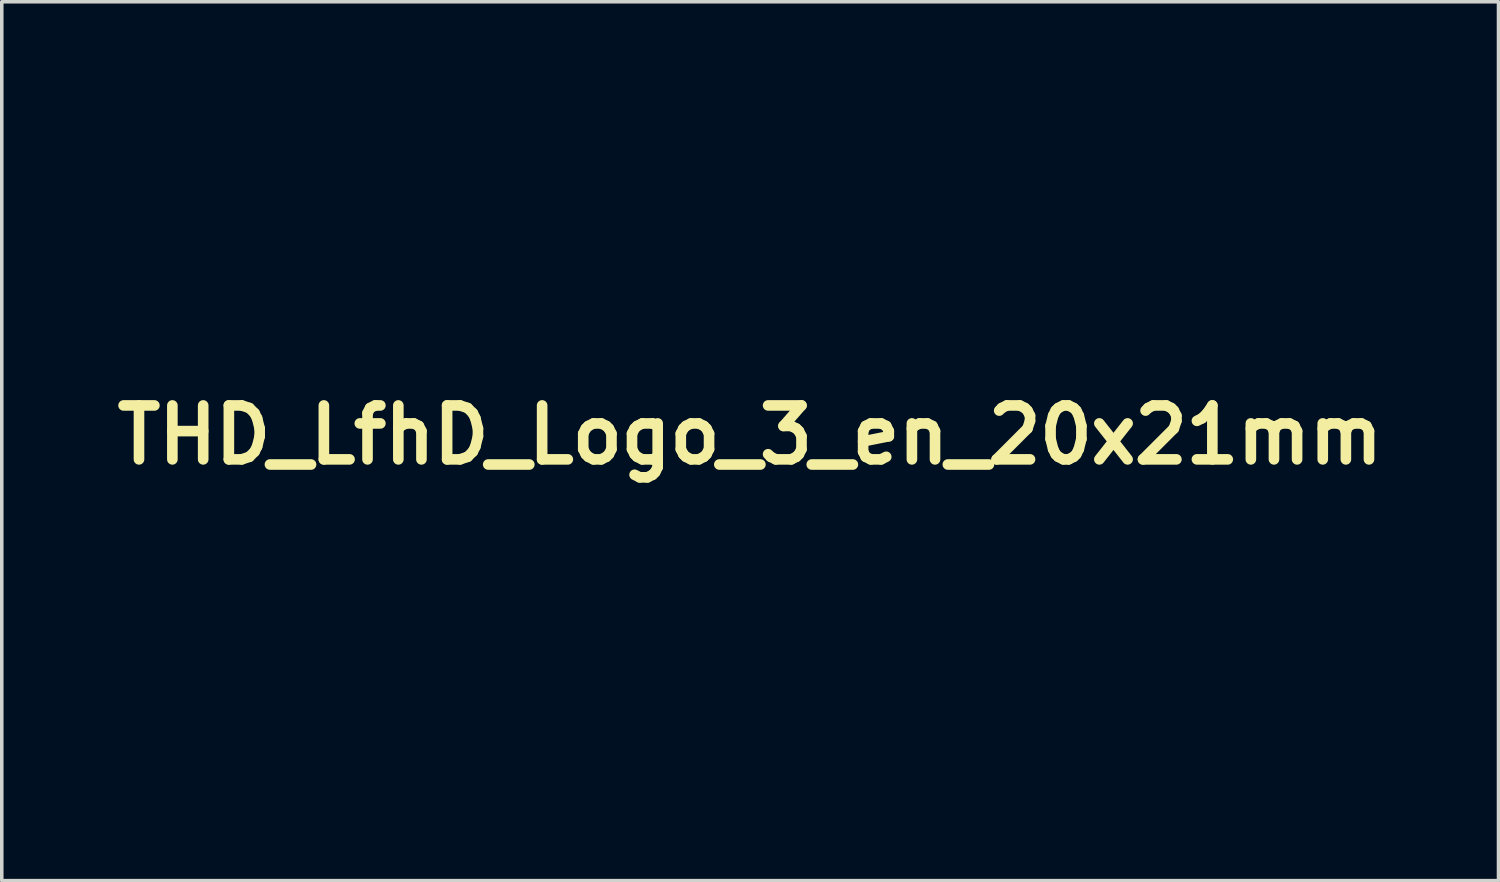
<source format=kicad_pcb>
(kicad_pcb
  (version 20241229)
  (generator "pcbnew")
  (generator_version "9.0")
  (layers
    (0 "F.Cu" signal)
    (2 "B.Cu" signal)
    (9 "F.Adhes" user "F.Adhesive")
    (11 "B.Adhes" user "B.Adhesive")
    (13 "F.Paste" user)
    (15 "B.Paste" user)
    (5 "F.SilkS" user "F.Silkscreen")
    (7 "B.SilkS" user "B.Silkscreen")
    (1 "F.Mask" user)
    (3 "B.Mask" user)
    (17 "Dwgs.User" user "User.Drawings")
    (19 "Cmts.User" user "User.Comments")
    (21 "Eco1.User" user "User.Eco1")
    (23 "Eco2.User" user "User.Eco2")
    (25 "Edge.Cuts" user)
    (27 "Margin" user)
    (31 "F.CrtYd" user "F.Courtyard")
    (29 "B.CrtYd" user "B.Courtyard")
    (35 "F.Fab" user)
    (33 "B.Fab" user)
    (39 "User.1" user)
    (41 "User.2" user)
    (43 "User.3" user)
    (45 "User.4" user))
  (footprint "THD_LfhD_Logo_3_en_20x21mm"
    (layer "F.Cu")
    (at 18.15 9.243)
    (property "Reference" "THD_LfhD_Logo_3_en_20x21mm" (at 0 0 0) (layer "F.SilkS") (effects (font (size 1.524 1.524) (thickness 0.3))))
    (attr through_hole)
    (fp_poly (pts (xy 0.589 -1.146) (xy 0.606 -0.356) (xy 0.623 0.434) (xy 0.248 0.434) (xy 0.248 -1.185) (xy 0.589 -1.146)) (stroke (width 0.01) (type solid)) (fill yes) (layer "F.Mask"))
    (fp_poly (pts (xy -6.706 -1.166) (xy -6.536 -1.146) (xy -6.536 0.403) (xy -6.706 0.422) (xy -6.877 0.442) (xy -6.877 -1.185) (xy -6.706 -1.166)) (stroke (width 0.01) (type solid)) (fill yes) (layer "F.Mask"))
    (fp_poly (pts (xy -4.247 -1.146) (xy -4.194 -1.094) (xy -4.182 -1.002) (xy -4.174 -0.814) (xy -4.171 -0.559) (xy -4.172 -0.304) (xy -4.182 0.403) (xy -4.522 0.442) (xy -4.522 -1.177) (xy -4.374 -1.177) (xy -4.247 -1.146)) (stroke (width 0.01) (type solid)) (fill yes) (layer "F.Mask"))
    (fp_poly (pts (xy -0.826 -1.173) (xy -0.782 -1.145) (xy -0.757 -1.072) (xy -0.746 -0.93) (xy -0.744 -0.696) (xy -0.743 -0.558) (xy -0.743 0.062) (xy 0.062 0.062) (xy 0.062 0.434) (xy -0.511 0.434) (xy -1.084 0.434) (xy -1.065 -0.372) (xy -1.046 -1.177) (xy -0.895 -1.177) (xy -0.826 -1.173)) (stroke (width 0.01) (type solid)) (fill yes) (layer "F.Mask"))
    (fp_poly (pts (xy -2.602 -0.991) (xy -2.612 -0.872) (xy -2.665 -0.819) (xy -2.797 -0.806) (xy -2.85 -0.805) (xy -3.098 -0.805) (xy -3.098 0.434) (xy -3.407 0.434) (xy -3.407 -0.805) (xy -3.655 -0.805) (xy -3.814 -0.813) (xy -3.885 -0.852) (xy -3.903 -0.951) (xy -3.903 -0.991) (xy -3.903 -1.177) (xy -2.602 -1.177) (xy -2.602 -0.991)) (stroke (width 0.01) (type solid)) (fill yes) (layer "F.Mask"))
    (fp_poly (pts (xy 2.292 -3.717) (xy 2.282 -3.598) (xy 2.229 -3.545) (xy 2.098 -3.532) (xy 2.044 -3.531) (xy 1.797 -3.531) (xy 1.797 -2.292) (xy 1.487 -2.292) (xy 1.487 -3.531) (xy 1.239 -3.531) (xy 1.08 -3.539) (xy 1.009 -3.578) (xy 0.992 -3.677) (xy 0.991 -3.717) (xy 0.991 -3.903) (xy 2.292 -3.903) (xy 2.292 -3.717)) (stroke (width 0.01) (type solid)) (fill yes) (layer "F.Mask"))
    (fp_poly (pts (xy 3.221 -9.045) (xy 3.212 -8.926) (xy 3.159 -8.873) (xy 3.027 -8.859) (xy 2.974 -8.859) (xy 2.726 -8.859) (xy 2.726 -7.62) (xy 2.416 -7.62) (xy 2.416 -8.859) (xy 2.168 -8.859) (xy 2.009 -8.866) (xy 1.939 -8.906) (xy 1.921 -9.005) (xy 1.92 -9.045) (xy 1.92 -9.231) (xy 3.221 -9.231) (xy 3.221 -9.045)) (stroke (width 0.01) (type solid)) (fill yes) (layer "F.Mask"))
    (fp_poly (pts (xy -1.611 9.479) (xy -2.654 9.479) (xy -3.001 9.476) (xy -3.305 9.47) (xy -3.543 9.46) (xy -3.694 9.448) (xy -3.738 9.437) (xy -3.746 9.369) (xy -3.753 9.189) (xy -3.76 8.908) (xy -3.766 8.539) (xy -3.771 8.094) (xy -3.775 7.584) (xy -3.778 7.021) (xy -3.779 6.417) (xy -3.779 6.247) (xy -3.779 3.098) (xy -1.611 3.098) (xy -1.611 9.479)) (stroke (width 0.01) (type solid)) (fill yes) (layer "F.Mask"))
    (fp_poly (pts (xy 1.534 5.808) (xy 1.518 9.571) (xy 1.285 9.591) (xy 1.102 9.584) (xy 1.022 9.529) (xy 1.013 9.447) (xy 1.005 9.259) (xy 0.996 8.981) (xy 0.988 8.63) (xy 0.981 8.223) (xy 0.976 7.777) (xy 0.976 7.775) (xy 0.96 6.102) (xy -1.084 6.089) (xy -1.103 5.801) (xy -1.122 5.514) (xy 0.991 5.514) (xy 0.991 2.044) (xy 1.55 2.044) (xy 1.534 5.808)) (stroke (width 0.01) (type solid)) (fill yes) (layer "F.Mask"))
    (fp_poly (pts (xy 3.144 2.058) (xy 4.182 2.075) (xy 4.182 9.51) (xy 3.187 9.526) (xy 2.847 9.53) (xy 2.552 9.528) (xy 2.324 9.521) (xy 2.183 9.51) (xy 2.149 9.501) (xy 2.141 9.433) (xy 2.134 9.252) (xy 2.128 8.969) (xy 2.122 8.594) (xy 2.116 8.139) (xy 2.112 7.615) (xy 2.109 7.032) (xy 2.107 6.402) (xy 2.106 5.75) (xy 2.106 2.041) (xy 3.144 2.058)) (stroke (width 0.01) (type solid)) (fill yes) (layer "F.Mask"))
    (fp_poly (pts (xy 5.018 -0.991) (xy 5.008 -0.872) (xy 4.955 -0.819) (xy 4.823 -0.806) (xy 4.77 -0.805) (xy 4.522 -0.805) (xy 4.522 0.434) (xy 4.151 0.434) (xy 4.151 -0.805) (xy 3.938 -0.805) (xy 3.752 -0.83) (xy 3.672 -0.91) (xy 3.686 -1.054) (xy 3.714 -1.109) (xy 3.77 -1.145) (xy 3.879 -1.165) (xy 4.063 -1.175) (xy 4.345 -1.177) (xy 4.372 -1.177) (xy 5.018 -1.177) (xy 5.018 -0.991)) (stroke (width 0.01) (type solid)) (fill yes) (layer "F.Mask"))
    (fp_poly (pts (xy 7.604 -1.166) (xy 7.703 -1.135) (xy 7.802 -1.052) (xy 7.92 -0.897) (xy 8.053 -0.686) (xy 8.332 -0.226) (xy 8.369 -1.177) (xy 8.735 -1.177) (xy 8.735 0.442) (xy 8.538 0.422) (xy 8.433 0.4) (xy 8.342 0.341) (xy 8.242 0.224) (xy 8.112 0.027) (xy 8.058 -0.062) (xy 7.775 -0.527) (xy 7.757 -0.046) (xy 7.746 0.195) (xy 7.729 0.338) (xy 7.697 0.408) (xy 7.641 0.431) (xy 7.586 0.434) (xy 7.434 0.434) (xy 7.434 -1.185) (xy 7.604 -1.166)) (stroke (width 0.01) (type solid)) (fill yes) (layer "F.Mask"))
    (fp_poly (pts (xy 5.303 -1.174) (xy 5.344 -1.151) (xy 5.369 -1.088) (xy 5.383 -0.965) (xy 5.389 -0.763) (xy 5.39 -0.462) (xy 5.39 -0.372) (xy 5.389 -0.043) (xy 5.385 0.181) (xy 5.373 0.321) (xy 5.351 0.396) (xy 5.315 0.427) (xy 5.26 0.434) (xy 5.245 0.434) (xy 5.115 0.418) (xy 5.059 0.392) (xy 5.037 0.309) (xy 5.024 0.133) (xy 5.02 -0.105) (xy 5.025 -0.373) (xy 5.039 -0.642) (xy 5.058 -0.852) (xy 5.087 -1.043) (xy 5.127 -1.14) (xy 5.193 -1.174) (xy 5.244 -1.177) (xy 5.303 -1.174)) (stroke (width 0.01) (type solid)) (fill yes) (layer "F.Mask"))
    (fp_poly (pts (xy -2.494 -6.494) (xy -2.323 -6.474) (xy -2.311 -5.684) (xy -2.298 -4.894) (xy -2.481 -4.894) (xy -2.589 -4.901) (xy -2.643 -4.944) (xy -2.662 -5.053) (xy -2.664 -5.204) (xy -2.664 -5.514) (xy -3.283 -5.514) (xy -3.283 -5.204) (xy -3.287 -5.021) (xy -3.312 -4.929) (xy -3.378 -4.898) (xy -3.471 -4.894) (xy -3.659 -4.894) (xy -3.624 -6.474) (xy -3.454 -6.494) (xy -3.353 -6.498) (xy -3.303 -6.462) (xy -3.285 -6.355) (xy -3.283 -6.199) (xy -3.283 -5.885) (xy -2.664 -5.885) (xy -2.664 -6.199) (xy -2.66 -6.384) (xy -2.637 -6.474) (xy -2.578 -6.499) (xy -2.494 -6.494)) (stroke (width 0.01) (type solid)) (fill yes) (layer "F.Mask"))
    (fp_poly (pts (xy -2.106 -3.531) (xy -2.54 -3.531) (xy -2.768 -3.528) (xy -2.898 -3.513) (xy -2.958 -3.478) (xy -2.974 -3.417) (xy -2.974 -3.407) (xy -2.961 -3.34) (xy -2.905 -3.303) (xy -2.779 -3.287) (xy -2.571 -3.283) (xy -2.168 -3.283) (xy -2.168 -2.912) (xy -2.571 -2.912) (xy -2.789 -2.908) (xy -2.91 -2.891) (xy -2.963 -2.852) (xy -2.974 -2.788) (xy -2.963 -2.724) (xy -2.913 -2.687) (xy -2.798 -2.669) (xy -2.593 -2.664) (xy -2.509 -2.664) (xy -2.044 -2.664) (xy -2.044 -2.292) (xy -3.314 -2.292) (xy -3.289 -3.872) (xy -2.698 -3.89) (xy -2.106 -3.907) (xy -2.106 -3.531)) (stroke (width 0.01) (type solid)) (fill yes) (layer "F.Mask"))
    (fp_poly (pts (xy 4.664 -3.878) (xy 4.919 -3.795) (xy 5.085 -3.641) (xy 5.175 -3.404) (xy 5.204 -3.071) (xy 5.204 -3.053) (xy 5.172 -2.747) (xy 5.071 -2.528) (xy 4.887 -2.386) (xy 4.61 -2.312) (xy 4.321 -2.294) (xy 3.841 -2.292) (xy 3.841 -3.531) (xy 4.213 -3.531) (xy 4.213 -2.664) (xy 4.44 -2.664) (xy 4.625 -2.691) (xy 4.771 -2.758) (xy 4.781 -2.766) (xy 4.867 -2.917) (xy 4.892 -3.12) (xy 4.852 -3.318) (xy 4.792 -3.418) (xy 4.632 -3.508) (xy 4.451 -3.531) (xy 4.213 -3.531) (xy 3.841 -3.531) (xy 3.841 -3.903) (xy 4.308 -3.903) (xy 4.664 -3.878)) (stroke (width 0.01) (type solid)) (fill yes) (layer "F.Mask"))
    (fp_poly (pts (xy -1.611 2.664) (xy -5.204 2.664) (xy -5.204 6.071) (xy -5.204 6.837) (xy -5.206 7.488) (xy -5.209 8.03) (xy -5.214 8.472) (xy -5.221 8.823) (xy -5.229 9.09) (xy -5.24 9.281) (xy -5.253 9.405) (xy -5.268 9.469) (xy -5.281 9.482) (xy -5.395 9.491) (xy -5.557 9.506) (xy -5.704 9.51) (xy -5.788 9.493) (xy -5.79 9.492) (xy -5.796 9.425) (xy -5.802 9.246) (xy -5.807 8.966) (xy -5.812 8.596) (xy -5.816 8.147) (xy -5.82 7.631) (xy -5.822 7.059) (xy -5.823 6.443) (xy -5.823 6.061) (xy -5.823 2.664) (xy -9.417 2.664) (xy -9.417 2.044) (xy -1.611 2.044) (xy -1.611 2.664)) (stroke (width 0.01) (type solid)) (fill yes) (layer "F.Mask"))
    (fp_poly (pts (xy -8.007 -1.175) (xy -7.726 -1.166) (xy -7.534 -1.133) (xy -7.397 -1.062) (xy -7.282 -0.941) (xy -7.23 -0.869) (xy -7.155 -0.679) (xy -7.125 -0.424) (xy -7.141 -0.157) (xy -7.201 0.072) (xy -7.228 0.125) (xy -7.347 0.275) (xy -7.509 0.37) (xy -7.741 0.42) (xy -8.057 0.434) (xy -8.487 0.434) (xy -8.487 -0.805) (xy -8.116 -0.805) (xy -8.116 0.062) (xy -7.888 0.062) (xy -7.704 0.035) (xy -7.558 -0.032) (xy -7.547 -0.041) (xy -7.461 -0.191) (xy -7.437 -0.394) (xy -7.476 -0.592) (xy -7.537 -0.692) (xy -7.696 -0.782) (xy -7.877 -0.805) (xy -8.116 -0.805) (xy -8.487 -0.805) (xy -8.487 -1.177) (xy -8.007 -1.175)) (stroke (width 0.01) (type solid)) (fill yes) (layer "F.Mask"))
    (fp_poly (pts (xy -7.868 -6.322) (xy -7.874 -6.219) (xy -7.913 -6.162) (xy -8.014 -6.136) (xy -8.207 -6.122) (xy -8.223 -6.121) (xy -8.436 -6.101) (xy -8.551 -6.065) (xy -8.597 -6.004) (xy -8.6 -5.994) (xy -8.594 -5.931) (xy -8.531 -5.898) (xy -8.382 -5.886) (xy -8.275 -5.885) (xy -8.079 -5.882) (xy -7.976 -5.862) (xy -7.936 -5.809) (xy -7.93 -5.707) (xy -7.93 -5.7) (xy -7.935 -5.593) (xy -7.973 -5.538) (xy -8.073 -5.517) (xy -8.265 -5.514) (xy -8.611 -5.514) (xy -8.611 -5.204) (xy -8.615 -5.021) (xy -8.64 -4.929) (xy -8.705 -4.898) (xy -8.797 -4.894) (xy -8.983 -4.894) (xy -8.983 -6.505) (xy -7.868 -6.505) (xy -7.868 -6.322)) (stroke (width 0.01) (type solid)) (fill yes) (layer "F.Mask"))
    (fp_poly (pts (xy 1.952 -6.495) (xy 2.163 -6.458) (xy 2.306 -6.384) (xy 2.41 -6.262) (xy 2.446 -6.196) (xy 2.508 -5.999) (xy 2.536 -5.744) (xy 2.529 -5.486) (xy 2.485 -5.279) (xy 2.471 -5.246) (xy 2.359 -5.078) (xy 2.213 -4.972) (xy 2.004 -4.915) (xy 1.705 -4.896) (xy 1.657 -4.896) (xy 1.177 -4.894) (xy 1.177 -6.133) (xy 1.549 -6.133) (xy 1.549 -5.266) (xy 1.825 -5.266) (xy 2.021 -5.282) (xy 2.131 -5.337) (xy 2.166 -5.386) (xy 2.223 -5.583) (xy 2.218 -5.802) (xy 2.154 -5.985) (xy 2.128 -6.02) (xy 1.968 -6.11) (xy 1.787 -6.133) (xy 1.549 -6.133) (xy 1.177 -6.133) (xy 1.177 -6.505) (xy 1.646 -6.505) (xy 1.952 -6.495)) (stroke (width 0.01) (type solid)) (fill yes) (layer "F.Mask"))
    (fp_poly (pts (xy 3.593 -3.537) (xy 3.144 -3.518) (xy 2.901 -3.503) (xy 2.761 -3.477) (xy 2.701 -3.435) (xy 2.695 -3.407) (xy 2.725 -3.354) (xy 2.828 -3.32) (xy 3.028 -3.3) (xy 3.113 -3.296) (xy 3.334 -3.284) (xy 3.459 -3.265) (xy 3.516 -3.224) (xy 3.531 -3.149) (xy 3.531 -3.098) (xy 3.526 -3.002) (xy 3.493 -2.947) (xy 3.405 -2.919) (xy 3.233 -2.905) (xy 3.113 -2.899) (xy 2.88 -2.882) (xy 2.748 -2.853) (xy 2.698 -2.807) (xy 2.695 -2.788) (xy 2.723 -2.736) (xy 2.822 -2.703) (xy 3.012 -2.683) (xy 3.144 -2.677) (xy 3.593 -2.658) (xy 3.593 -2.292) (xy 2.354 -2.292) (xy 2.354 -3.903) (xy 3.593 -3.903) (xy 3.593 -3.537)) (stroke (width 0.01) (type solid)) (fill yes) (layer "F.Mask"))
    (fp_poly (pts (xy -6.257 6.319) (xy -6.257 7.034) (xy -6.258 7.635) (xy -6.26 8.132) (xy -6.263 8.535) (xy -6.268 8.853) (xy -6.274 9.097) (xy -6.283 9.276) (xy -6.295 9.4) (xy -6.309 9.479) (xy -6.327 9.523) (xy -6.348 9.542) (xy -6.365 9.546) (xy -6.538 9.552) (xy -6.784 9.557) (xy -7.078 9.56) (xy -7.391 9.562) (xy -7.698 9.562) (xy -7.97 9.561) (xy -8.182 9.558) (xy -8.305 9.553) (xy -8.321 9.551) (xy -8.344 9.54) (xy -8.364 9.507) (xy -8.38 9.444) (xy -8.393 9.34) (xy -8.403 9.186) (xy -8.411 8.972) (xy -8.417 8.688) (xy -8.421 8.324) (xy -8.423 7.87) (xy -8.425 7.316) (xy -8.425 6.653) (xy -8.425 6.314) (xy -8.425 3.098) (xy -6.257 3.098) (xy -6.257 6.319)) (stroke (width 0.01) (type solid)) (fill yes) (layer "F.Mask"))
    (fp_poly (pts (xy 9.231 -6.133) (xy 8.797 -6.133) (xy 8.569 -6.13) (xy 8.439 -6.115) (xy 8.379 -6.08) (xy 8.364 -6.019) (xy 8.363 -6.009) (xy 8.376 -5.942) (xy 8.432 -5.905) (xy 8.559 -5.889) (xy 8.766 -5.885) (xy 9.169 -5.885) (xy 9.169 -5.514) (xy 8.766 -5.514) (xy 8.548 -5.51) (xy 8.427 -5.493) (xy 8.374 -5.454) (xy 8.363 -5.39) (xy 8.375 -5.324) (xy 8.429 -5.287) (xy 8.55 -5.27) (xy 8.767 -5.266) (xy 8.79 -5.266) (xy 9.015 -5.263) (xy 9.146 -5.248) (xy 9.211 -5.21) (xy 9.24 -5.141) (xy 9.246 -5.112) (xy 9.256 -4.984) (xy 9.243 -4.927) (xy 9.171 -4.913) (xy 9.003 -4.902) (xy 8.768 -4.895) (xy 8.601 -4.894) (xy 7.992 -4.894) (xy 7.992 -6.505) (xy 9.231 -6.505) (xy 9.231 -6.133)) (stroke (width 0.01) (type solid)) (fill yes) (layer "F.Mask"))
    (fp_poly (pts (xy -1.949 -9.209) (xy -1.718 -9.102) (xy -1.529 -8.914) (xy -1.424 -8.701) (xy -1.376 -8.388) (xy -1.433 -8.103) (xy -1.581 -7.867) (xy -1.805 -7.7) (xy -2.093 -7.623) (xy -2.164 -7.62) (xy -2.38 -7.636) (xy -2.536 -7.701) (xy -2.654 -7.796) (xy -2.816 -7.994) (xy -2.896 -8.221) (xy -2.9 -8.425) (xy -2.602 -8.425) (xy -2.55 -8.216) (xy -2.414 -8.07) (xy -2.225 -7.999) (xy -2.012 -8.018) (xy -1.872 -8.088) (xy -1.766 -8.215) (xy -1.735 -8.409) (xy -1.78 -8.647) (xy -1.91 -8.799) (xy -2.12 -8.858) (xy -2.147 -8.859) (xy -2.371 -8.807) (xy -2.531 -8.666) (xy -2.601 -8.46) (xy -2.602 -8.425) (xy -2.9 -8.425) (xy -2.903 -8.513) (xy -2.894 -8.599) (xy -2.813 -8.868) (xy -2.654 -9.066) (xy -2.441 -9.19) (xy -2.197 -9.238) (xy -1.949 -9.209)) (stroke (width 0.01) (type solid)) (fill yes) (layer "F.Mask"))
    (fp_poly (pts (xy 4.272 -9.177) (xy 4.512 -9.023) (xy 4.673 -8.776) (xy 4.71 -8.669) (xy 4.739 -8.352) (xy 4.662 -8.055) (xy 4.489 -7.81) (xy 4.455 -7.779) (xy 4.208 -7.647) (xy 3.926 -7.612) (xy 3.65 -7.673) (xy 3.475 -7.779) (xy 3.288 -8.013) (xy 3.196 -8.304) (xy 3.2 -8.395) (xy 3.537 -8.395) (xy 3.593 -8.189) (xy 3.628 -8.129) (xy 3.771 -8.021) (xy 3.965 -7.99) (xy 4.162 -8.037) (xy 4.275 -8.116) (xy 4.373 -8.291) (xy 4.393 -8.504) (xy 4.331 -8.698) (xy 4.296 -8.746) (xy 4.145 -8.832) (xy 3.943 -8.856) (xy 3.745 -8.817) (xy 3.645 -8.756) (xy 3.555 -8.601) (xy 3.537 -8.395) (xy 3.2 -8.395) (xy 3.209 -8.62) (xy 3.22 -8.669) (xy 3.351 -8.946) (xy 3.565 -9.134) (xy 3.85 -9.224) (xy 3.965 -9.231) (xy 4.272 -9.177)) (stroke (width 0.01) (type solid)) (fill yes) (layer "F.Mask"))
    (fp_poly (pts (xy 7.755 -9.219) (xy 7.806 -9.193) (xy 7.775 -9.126) (xy 7.693 -8.982) (xy 7.576 -8.786) (xy 7.527 -8.707) (xy 7.383 -8.465) (xy 7.298 -8.282) (xy 7.258 -8.119) (xy 7.248 -7.94) (xy 7.244 -7.752) (xy 7.22 -7.657) (xy 7.161 -7.624) (xy 7.093 -7.62) (xy 7.005 -7.629) (xy 6.958 -7.676) (xy 6.941 -7.791) (xy 6.939 -7.96) (xy 6.93 -8.148) (xy 6.894 -8.307) (xy 6.816 -8.477) (xy 6.681 -8.701) (xy 6.66 -8.735) (xy 6.532 -8.938) (xy 6.435 -9.098) (xy 6.385 -9.19) (xy 6.381 -9.2) (xy 6.435 -9.222) (xy 6.564 -9.231) (xy 6.688 -9.211) (xy 6.788 -9.134) (xy 6.899 -8.973) (xy 6.911 -8.952) (xy 7.01 -8.795) (xy 7.088 -8.694) (xy 7.115 -8.673) (xy 7.165 -8.723) (xy 7.247 -8.851) (xy 7.303 -8.952) (xy 7.407 -9.124) (xy 7.501 -9.207) (xy 7.618 -9.231) (xy 7.629 -9.231) (xy 7.755 -9.219)) (stroke (width 0.01) (type solid)) (fill yes) (layer "F.Mask"))
    (fp_poly (pts (xy -6.669 -6.49) (xy -6.516 -6.429) (xy -6.354 -6.296) (xy -6.232 -6.171) (xy -6.166 -6.061) (xy -6.138 -5.918) (xy -6.133 -5.7) (xy -6.139 -5.48) (xy -6.166 -5.337) (xy -6.233 -5.227) (xy -6.354 -5.103) (xy -6.517 -4.969) (xy -6.67 -4.909) (xy -6.877 -4.894) (xy -7.085 -4.909) (xy -7.237 -4.97) (xy -7.399 -5.103) (xy -7.521 -5.228) (xy -7.588 -5.338) (xy -7.615 -5.481) (xy -7.62 -5.7) (xy -7.31 -5.7) (xy -7.285 -5.504) (xy -7.197 -5.38) (xy -7.173 -5.362) (xy -6.961 -5.277) (xy -6.742 -5.289) (xy -6.567 -5.39) (xy -6.453 -5.576) (xy -6.441 -5.776) (xy -6.519 -5.956) (xy -6.672 -6.086) (xy -6.877 -6.133) (xy -7.105 -6.084) (xy -7.253 -5.942) (xy -7.31 -5.72) (xy -7.31 -5.7) (xy -7.62 -5.7) (xy -7.615 -5.919) (xy -7.587 -6.062) (xy -7.52 -6.172) (xy -7.399 -6.296) (xy -7.236 -6.43) (xy -7.083 -6.491) (xy -6.877 -6.505) (xy -6.669 -6.49)) (stroke (width 0.01) (type solid)) (fill yes) (layer "F.Mask"))
    (fp_poly (pts (xy 6.61 -1.16) (xy 6.766 -1.093) (xy 6.923 -0.966) (xy 7.051 -0.84) (xy 7.12 -0.731) (xy 7.148 -0.591) (xy 7.153 -0.374) (xy 7.153 -0.372) (xy 7.148 -0.154) (xy 7.12 -0.014) (xy 7.052 0.096) (xy 6.924 0.221) (xy 6.923 0.223) (xy 6.755 0.357) (xy 6.601 0.419) (xy 6.397 0.433) (xy 6.151 0.407) (xy 5.968 0.318) (xy 5.938 0.294) (xy 5.748 0.085) (xy 5.655 -0.155) (xy 5.638 -0.371) (xy 5.638 -0.372) (xy 5.947 -0.372) (xy 5.999 -0.163) (xy 6.135 -0.016) (xy 6.325 0.055) (xy 6.537 0.036) (xy 6.677 -0.034) (xy 6.784 -0.162) (xy 6.815 -0.355) (xy 6.77 -0.593) (xy 6.639 -0.745) (xy 6.429 -0.805) (xy 6.402 -0.805) (xy 6.178 -0.753) (xy 6.019 -0.612) (xy 5.949 -0.406) (xy 5.947 -0.372) (xy 5.638 -0.372) (xy 5.686 -0.697) (xy 5.827 -0.946) (xy 6.052 -1.108) (xy 6.353 -1.176) (xy 6.411 -1.177) (xy 6.61 -1.16)) (stroke (width 0.01) (type solid)) (fill yes) (layer "F.Mask"))
    (fp_poly (pts (xy -5.303 -1.165) (xy -5.159 -1.116) (xy -5.027 -1.009) (xy -5.013 -0.996) (xy -4.878 -0.842) (xy -4.842 -0.736) (xy -4.9 -0.654) (xy -4.962 -0.616) (xy -5.075 -0.582) (xy -5.174 -0.638) (xy -5.212 -0.676) (xy -5.389 -0.783) (xy -5.604 -0.794) (xy -5.81 -0.709) (xy -5.913 -0.569) (xy -5.951 -0.375) (xy -5.921 -0.178) (xy -5.834 -0.041) (xy -5.723 0.014) (xy -5.559 0.05) (xy -5.382 0.064) (xy -5.231 0.054) (xy -5.148 0.017) (xy -5.142 0) (xy -5.196 -0.043) (xy -5.325 -0.062) (xy -5.328 -0.062) (xy -5.459 -0.077) (xy -5.508 -0.15) (xy -5.514 -0.248) (xy -5.514 -0.434) (xy -4.77 -0.434) (xy -4.77 -0.213) (xy -4.787 -0.029) (xy -4.829 0.117) (xy -4.832 0.123) (xy -4.967 0.263) (xy -5.185 0.371) (xy -5.447 0.428) (xy -5.55 0.434) (xy -5.748 0.413) (xy -5.907 0.335) (xy -6.031 0.23) (xy -6.23 -0.031) (xy -6.313 -0.314) (xy -6.277 -0.603) (xy -6.124 -0.879) (xy -6.043 -0.97) (xy -5.898 -1.097) (xy -5.762 -1.158) (xy -5.575 -1.177) (xy -5.515 -1.177) (xy -5.303 -1.165)) (stroke (width 0.01) (type solid)) (fill yes) (layer "F.Mask"))
    (fp_poly (pts (xy -1.996 -1.14) (xy -1.933 -1.111) (xy -1.874 -1.04) (xy -1.804 -0.907) (xy -1.713 -0.696) (xy -1.596 -0.404) (xy -1.485 -0.122) (xy -1.393 0.119) (xy -1.329 0.294) (xy -1.301 0.382) (xy -1.301 0.386) (xy -1.354 0.422) (xy -1.454 0.434) (xy -1.6 0.385) (xy -1.704 0.248) (xy -1.779 0.131) (xy -1.875 0.077) (xy -2.039 0.062) (xy -2.082 0.062) (xy -2.261 0.07) (xy -2.358 0.11) (xy -2.418 0.205) (xy -2.435 0.248) (xy -2.514 0.385) (xy -2.636 0.432) (xy -2.677 0.434) (xy -2.802 0.429) (xy -2.85 0.417) (xy -2.829 0.357) (xy -2.771 0.202) (xy -2.685 -0.024) (xy -2.579 -0.301) (xy -2.552 -0.373) (xy -2.546 -0.388) (xy -2.217 -0.388) (xy -2.21 -0.325) (xy -2.132 -0.31) (xy -2.071 -0.31) (xy -1.959 -0.326) (xy -1.941 -0.396) (xy -1.954 -0.449) (xy -2.022 -0.609) (xy -2.089 -0.647) (xy -2.155 -0.56) (xy -2.166 -0.533) (xy -2.217 -0.388) (xy -2.546 -0.388) (xy -2.43 -0.685) (xy -2.341 -0.899) (xy -2.273 -1.034) (xy -2.214 -1.108) (xy -2.154 -1.139) (xy -2.081 -1.146) (xy -2.072 -1.146) (xy -1.996 -1.14)) (stroke (width 0.01) (type solid)) (fill yes) (layer "F.Mask"))
    (fp_poly (pts (xy 5.499 -6.469) (xy 5.561 -6.44) (xy 5.621 -6.37) (xy 5.69 -6.24) (xy 5.78 -6.03) (xy 5.9 -5.732) (xy 6.011 -5.45) (xy 6.103 -5.209) (xy 6.167 -5.033) (xy 6.195 -4.946) (xy 6.195 -4.942) (xy 6.141 -4.908) (xy 6.014 -4.894) (xy 5.879 -4.916) (xy 5.812 -5.007) (xy 5.792 -5.08) (xy 5.759 -5.19) (xy 5.699 -5.245) (xy 5.575 -5.264) (xy 5.441 -5.266) (xy 5.254 -5.259) (xy 5.15 -5.227) (xy 5.09 -5.149) (xy 5.061 -5.08) (xy 4.982 -4.943) (xy 4.86 -4.896) (xy 4.819 -4.894) (xy 4.694 -4.899) (xy 4.647 -4.91) (xy 4.668 -4.97) (xy 4.726 -5.124) (xy 4.811 -5.351) (xy 4.916 -5.628) (xy 4.943 -5.7) (xy 4.95 -5.719) (xy 5.28 -5.719) (xy 5.284 -5.654) (xy 5.357 -5.638) (xy 5.421 -5.638) (xy 5.536 -5.653) (xy 5.573 -5.684) (xy 5.544 -5.767) (xy 5.485 -5.885) (xy 5.399 -6.04) (xy 5.332 -5.866) (xy 5.28 -5.719) (xy 4.95 -5.719) (xy 5.063 -6.012) (xy 5.151 -6.227) (xy 5.218 -6.362) (xy 5.277 -6.436) (xy 5.337 -6.467) (xy 5.41 -6.474) (xy 5.421 -6.474) (xy 5.499 -6.469)) (stroke (width 0.01) (type solid)) (fill yes) (layer "F.Mask"))
    (fp_poly (pts (xy -7.124 -7.992) (xy -6.72 -7.992) (xy -6.498 -7.987) (xy -6.368 -7.967) (xy -6.299 -7.923) (xy -6.261 -7.852) (xy -6.215 -7.764) (xy -6.179 -7.789) (xy -6.171 -7.806) (xy -6.136 -7.899) (xy -6.068 -8.081) (xy -5.977 -8.323) (xy -5.917 -8.484) (xy -5.571 -8.484) (xy -5.549 -8.391) (xy -5.463 -8.364) (xy -5.452 -8.363) (xy -5.352 -8.396) (xy -5.33 -8.441) (xy -5.36 -8.55) (xy -5.414 -8.665) (xy -5.495 -8.812) (xy -5.535 -8.665) (xy -5.571 -8.484) (xy -5.917 -8.484) (xy -5.893 -8.549) (xy -5.785 -8.833) (xy -5.705 -9.021) (xy -5.641 -9.133) (xy -5.578 -9.191) (xy -5.504 -9.214) (xy -5.47 -9.218) (xy -5.397 -9.222) (xy -5.339 -9.203) (xy -5.283 -9.145) (xy -5.22 -9.03) (xy -5.138 -8.841) (xy -5.027 -8.56) (xy -4.976 -8.428) (xy -4.662 -7.62) (xy -4.843 -7.62) (xy -4.985 -7.646) (xy -5.067 -7.748) (xy -5.089 -7.806) (xy -5.139 -7.917) (xy -5.211 -7.972) (xy -5.347 -7.99) (xy -5.461 -7.992) (xy -5.647 -7.985) (xy -5.749 -7.953) (xy -5.806 -7.875) (xy -5.833 -7.806) (xy -5.897 -7.62) (xy -7.434 -7.62) (xy -7.434 -9.231) (xy -7.124 -9.231) (xy -7.124 -7.992)) (stroke (width 0.01) (type solid)) (fill yes) (layer "F.Mask"))
    (fp_poly (pts (xy -5.092 -6.502) (xy -4.919 -6.487) (xy -4.805 -6.453) (xy -4.717 -6.393) (xy -4.675 -6.353) (xy -4.569 -6.207) (xy -4.523 -6.063) (xy -4.522 -6.057) (xy -4.564 -5.877) (xy -4.666 -5.725) (xy -4.798 -5.642) (xy -4.837 -5.638) (xy -4.893 -5.625) (xy -4.89 -5.574) (xy -4.819 -5.465) (xy -4.71 -5.322) (xy -4.581 -5.152) (xy -4.491 -5.017) (xy -4.46 -4.951) (xy -4.514 -4.91) (xy -4.631 -4.894) (xy -4.755 -4.921) (xy -4.878 -5.017) (xy -5.019 -5.188) (xy -5.168 -5.362) (xy -5.308 -5.475) (xy -5.375 -5.502) (xy -5.457 -5.503) (xy -5.498 -5.456) (xy -5.512 -5.332) (xy -5.514 -5.208) (xy -5.518 -5.023) (xy -5.542 -4.93) (xy -5.605 -4.898) (xy -5.7 -4.894) (xy -5.885 -4.894) (xy -5.885 -6.006) (xy -5.514 -6.006) (xy -5.5 -5.929) (xy -5.437 -5.896) (xy -5.293 -5.893) (xy -5.22 -5.897) (xy -5.026 -5.923) (xy -4.929 -5.973) (xy -4.906 -6.025) (xy -4.912 -6.089) (xy -4.98 -6.122) (xy -5.137 -6.133) (xy -5.199 -6.133) (xy -5.386 -6.127) (xy -5.48 -6.1) (xy -5.512 -6.041) (xy -5.514 -6.006) (xy -5.885 -6.006) (xy -5.885 -6.505) (xy -5.356 -6.505) (xy -5.092 -6.502)) (stroke (width 0.01) (type solid)) (fill yes) (layer "F.Mask"))
    (fp_poly (pts (xy -1.412 -6.493) (xy -1.394 -6.492) (xy -1.315 -6.478) (xy -1.251 -6.441) (xy -1.188 -6.361) (xy -1.116 -6.221) (xy -1.022 -6) (xy -0.914 -5.732) (xy -0.803 -5.45) (xy -0.712 -5.209) (xy -0.648 -5.033) (xy -0.62 -4.946) (xy -0.62 -4.942) (xy -0.673 -4.908) (xy -0.8 -4.894) (xy -0.936 -4.916) (xy -1.003 -5.007) (xy -1.022 -5.08) (xy -1.056 -5.191) (xy -1.116 -5.246) (xy -1.241 -5.264) (xy -1.371 -5.266) (xy -1.558 -5.26) (xy -1.66 -5.227) (xy -1.717 -5.15) (xy -1.744 -5.08) (xy -1.816 -4.945) (xy -1.931 -4.897) (xy -1.994 -4.894) (xy -2.117 -4.908) (xy -2.158 -4.94) (xy -2.158 -4.942) (xy -2.13 -5.015) (xy -2.068 -5.181) (xy -1.981 -5.416) (xy -1.877 -5.698) (xy -1.871 -5.716) (xy -1.536 -5.716) (xy -1.529 -5.653) (xy -1.45 -5.638) (xy -1.39 -5.638) (xy -1.277 -5.653) (xy -1.259 -5.723) (xy -1.273 -5.777) (xy -1.34 -5.937) (xy -1.407 -5.974) (xy -1.473 -5.888) (xy -1.485 -5.86) (xy -1.536 -5.716) (xy -1.871 -5.716) (xy -1.859 -5.749) (xy -1.744 -6.058) (xy -1.661 -6.269) (xy -1.598 -6.4) (xy -1.543 -6.469) (xy -1.485 -6.494) (xy -1.412 -6.493)) (stroke (width 0.01) (type solid)) (fill yes) (layer "F.Mask"))
    (fp_poly (pts (xy 0.36 -6.502) (xy 0.533 -6.487) (xy 0.647 -6.453) (xy 0.734 -6.393) (xy 0.777 -6.353) (xy 0.882 -6.207) (xy 0.929 -6.063) (xy 0.929 -6.057) (xy 0.888 -5.877) (xy 0.786 -5.725) (xy 0.654 -5.642) (xy 0.615 -5.638) (xy 0.559 -5.625) (xy 0.562 -5.574) (xy 0.632 -5.465) (xy 0.742 -5.322) (xy 0.87 -5.152) (xy 0.96 -5.017) (xy 0.991 -4.951) (xy 0.938 -4.91) (xy 0.821 -4.894) (xy 0.697 -4.921) (xy 0.573 -5.017) (xy 0.433 -5.188) (xy 0.284 -5.362) (xy 0.144 -5.475) (xy 0.077 -5.502) (xy -0.005 -5.503) (xy -0.046 -5.456) (xy -0.061 -5.332) (xy -0.062 -5.208) (xy -0.066 -5.023) (xy -0.09 -4.93) (xy -0.154 -4.898) (xy -0.248 -4.894) (xy -0.434 -4.894) (xy -0.434 -6.006) (xy -0.062 -6.006) (xy -0.048 -5.929) (xy 0.015 -5.896) (xy 0.159 -5.893) (xy 0.232 -5.897) (xy 0.425 -5.923) (xy 0.522 -5.973) (xy 0.546 -6.025) (xy 0.54 -6.089) (xy 0.472 -6.122) (xy 0.314 -6.133) (xy 0.252 -6.133) (xy 0.065 -6.127) (xy -0.029 -6.1) (xy -0.06 -6.041) (xy -0.062 -6.006) (xy -0.434 -6.006) (xy -0.434 -6.505) (xy 0.096 -6.505) (xy 0.36 -6.502)) (stroke (width 0.01) (type solid)) (fill yes) (layer "F.Mask"))
    (fp_poly (pts (xy 7.2 -6.503) (xy 7.373 -6.491) (xy 7.481 -6.463) (xy 7.556 -6.411) (xy 7.616 -6.342) (xy 7.706 -6.188) (xy 7.744 -6.047) (xy 7.744 -6.046) (xy 7.707 -5.888) (xy 7.618 -5.741) (xy 7.508 -5.649) (xy 7.462 -5.638) (xy 7.395 -5.628) (xy 7.384 -5.586) (xy 7.436 -5.493) (xy 7.557 -5.327) (xy 7.589 -5.284) (xy 7.729 -5.092) (xy 7.79 -4.975) (xy 7.774 -4.915) (xy 7.684 -4.895) (xy 7.635 -4.894) (xy 7.511 -4.921) (xy 7.388 -5.017) (xy 7.247 -5.188) (xy 7.098 -5.362) (xy 6.959 -5.475) (xy 6.891 -5.502) (xy 6.81 -5.503) (xy 6.768 -5.456) (xy 6.754 -5.332) (xy 6.753 -5.208) (xy 6.749 -5.023) (xy 6.725 -4.93) (xy 6.661 -4.898) (xy 6.567 -4.894) (xy 6.381 -4.894) (xy 6.381 -5.99) (xy 6.763 -5.99) (xy 6.766 -5.924) (xy 6.827 -5.894) (xy 6.974 -5.893) (xy 7.041 -5.897) (xy 7.234 -5.921) (xy 7.333 -5.969) (xy 7.361 -6.028) (xy 7.359 -6.095) (xy 7.298 -6.124) (xy 7.151 -6.125) (xy 7.084 -6.121) (xy 6.89 -6.097) (xy 6.792 -6.049) (xy 6.763 -5.99) (xy 6.381 -5.99) (xy 6.381 -6.505) (xy 6.934 -6.505) (xy 7.2 -6.503)) (stroke (width 0.01) (type solid)) (fill yes) (layer "F.Mask"))
    (fp_poly (pts (xy -3.956 -3.89) (xy -3.853 -3.864) (xy -3.781 -3.81) (xy -3.723 -3.742) (xy -3.627 -3.557) (xy -3.6 -3.361) (xy -3.637 -3.187) (xy -3.731 -3.069) (xy -3.843 -3.036) (xy -3.943 -3.023) (xy -3.965 -3.006) (xy -3.93 -2.945) (xy -3.84 -2.815) (xy -3.717 -2.65) (xy -3.469 -2.323) (xy -3.67 -2.303) (xy -3.845 -2.315) (xy -3.934 -2.39) (xy -4.063 -2.577) (xy -4.216 -2.746) (xy -4.361 -2.867) (xy -4.467 -2.912) (xy -4.538 -2.893) (xy -4.573 -2.818) (xy -4.584 -2.657) (xy -4.584 -2.602) (xy -4.589 -2.418) (xy -4.615 -2.326) (xy -4.677 -2.295) (xy -4.739 -2.292) (xy -4.857 -2.308) (xy -4.898 -2.339) (xy -4.899 -2.415) (xy -4.9 -2.59) (xy -4.901 -2.837) (xy -4.901 -3.129) (xy -4.901 -3.407) (xy -4.584 -3.407) (xy -4.568 -3.332) (xy -4.497 -3.295) (xy -4.342 -3.284) (xy -4.281 -3.283) (xy -4.058 -3.302) (xy -3.951 -3.358) (xy -3.945 -3.37) (xy -3.932 -3.458) (xy -3.992 -3.507) (xy -4.143 -3.528) (xy -4.285 -3.531) (xy -4.467 -3.524) (xy -4.556 -3.495) (xy -4.584 -3.43) (xy -4.584 -3.407) (xy -4.901 -3.407) (xy -4.901 -3.872) (xy -4.377 -3.89) (xy -4.12 -3.896) (xy -3.956 -3.89)) (stroke (width 0.01) (type solid)) (fill yes) (layer "F.Mask"))
    (fp_poly (pts (xy -3.538 -9.214) (xy -3.426 -9.185) (xy -3.339 -9.128) (xy -3.306 -9.099) (xy -3.181 -8.914) (xy -3.177 -8.716) (xy -3.246 -8.578) (xy -3.297 -8.481) (xy -3.271 -8.388) (xy -3.212 -8.306) (xy -3.127 -8.109) (xy -3.158 -7.896) (xy -3.267 -7.728) (xy -3.338 -7.675) (xy -3.452 -7.642) (xy -3.635 -7.625) (xy -3.913 -7.62) (xy -3.934 -7.62) (xy -4.503 -7.62) (xy -4.5 -8.1) (xy -4.139 -8.1) (xy -4.134 -8.038) (xy -4.07 -8.005) (xy -3.922 -7.993) (xy -3.815 -7.992) (xy -3.616 -7.997) (xy -3.513 -8.019) (xy -3.474 -8.07) (xy -3.469 -8.119) (xy -3.482 -8.192) (xy -3.54 -8.227) (xy -3.675 -8.233) (xy -3.794 -8.227) (xy -3.997 -8.205) (xy -4.103 -8.163) (xy -4.139 -8.1) (xy -4.5 -8.1) (xy -4.497 -8.41) (xy -4.495 -8.698) (xy -4.133 -8.698) (xy -4.032 -8.635) (xy -3.823 -8.611) (xy -3.806 -8.611) (xy -3.634 -8.62) (xy -3.552 -8.654) (xy -3.531 -8.729) (xy -3.531 -8.735) (xy -3.55 -8.813) (xy -3.626 -8.849) (xy -3.793 -8.859) (xy -3.806 -8.859) (xy -3.981 -8.846) (xy -4.099 -8.814) (xy -4.12 -8.797) (xy -4.133 -8.698) (xy -4.495 -8.698) (xy -4.491 -9.2) (xy -3.972 -9.218) (xy -3.71 -9.224) (xy -3.538 -9.214)) (stroke (width 0.01) (type solid)) (fill yes) (layer "F.Mask"))
    (fp_poly (pts (xy 4.941 2.064) (xy 5.402 2.146) (xy 5.806 2.266) (xy 6.217 2.442) (xy 6.304 2.485) (xy 6.788 2.782) (xy 7.239 3.162) (xy 7.638 3.603) (xy 7.968 4.081) (xy 8.208 4.574) (xy 8.323 4.954) (xy 8.356 5.199) (xy 8.376 5.519) (xy 8.381 5.872) (xy 8.371 6.216) (xy 8.348 6.511) (xy 8.319 6.679) (xy 8.131 7.213) (xy 7.838 7.734) (xy 7.459 8.221) (xy 7.012 8.651) (xy 6.517 9.005) (xy 6.071 9.229) (xy 5.863 9.313) (xy 5.687 9.385) (xy 5.607 9.418) (xy 5.48 9.451) (xy 5.278 9.483) (xy 5.095 9.504) (xy 4.708 9.539) (xy 4.708 9.003) (xy 5.065 8.923) (xy 5.559 8.795) (xy 5.963 8.649) (xy 6.308 8.47) (xy 6.627 8.24) (xy 6.86 8.035) (xy 7.25 7.584) (xy 7.539 7.077) (xy 7.726 6.529) (xy 7.809 5.957) (xy 7.785 5.379) (xy 7.653 4.812) (xy 7.412 4.272) (xy 7.283 4.066) (xy 7.055 3.782) (xy 6.773 3.504) (xy 6.461 3.249) (xy 6.142 3.035) (xy 5.841 2.878) (xy 5.58 2.796) (xy 5.49 2.788) (xy 5.358 2.766) (xy 5.297 2.726) (xy 5.217 2.688) (xy 5.06 2.666) (xy 4.983 2.664) (xy 4.708 2.664) (xy 4.708 2.031) (xy 4.941 2.064)) (stroke (width 0.01) (type solid)) (fill yes) (layer "F.Mask"))
    (fp_poly (pts (xy -1.487 -2.664) (xy -1.084 -2.664) (xy -0.866 -2.66) (xy -0.745 -2.643) (xy -0.692 -2.604) (xy -0.681 -2.54) (xy -0.664 -2.428) (xy -0.616 -2.431) (xy -0.539 -2.544) (xy -0.439 -2.761) (xy -0.373 -2.927) (xy -0.274 -3.189) (xy 0.063 -3.189) (xy 0.091 -3.077) (xy 0.186 -3.036) (xy 0.286 -3.063) (xy 0.31 -3.102) (xy 0.283 -3.205) (xy 0.241 -3.296) (xy 0.18 -3.379) (xy 0.129 -3.355) (xy 0.118 -3.338) (xy 0.063 -3.189) (xy -0.274 -3.189) (xy -0.274 -3.19) (xy -0.181 -3.435) (xy -0.111 -3.62) (xy -0.097 -3.655) (xy -0.014 -3.812) (xy 0.101 -3.88) (xy 0.164 -3.89) (xy 0.238 -3.893) (xy 0.298 -3.872) (xy 0.355 -3.809) (xy 0.42 -3.687) (xy 0.506 -3.486) (xy 0.624 -3.189) (xy 0.635 -3.159) (xy 0.746 -2.874) (xy 0.837 -2.629) (xy 0.901 -2.449) (xy 0.929 -2.356) (xy 0.929 -2.351) (xy 0.876 -2.307) (xy 0.771 -2.292) (xy 0.641 -2.326) (xy 0.559 -2.448) (xy 0.548 -2.478) (xy 0.499 -2.589) (xy 0.426 -2.644) (xy 0.291 -2.662) (xy 0.177 -2.664) (xy -0.01 -2.657) (xy -0.112 -2.625) (xy -0.169 -2.547) (xy -0.195 -2.478) (xy -0.26 -2.292) (xy -1.797 -2.292) (xy -1.797 -3.903) (xy -1.487 -3.903) (xy -1.487 -2.664)) (stroke (width 0.01) (type solid)) (fill yes) (layer "F.Mask"))
    (fp_poly (pts (xy 5.812 -9.222) (xy 6.021 -9.189) (xy 6.155 -9.12) (xy 6.238 -9.002) (xy 6.29 -8.843) (xy 6.29 -8.674) (xy 6.227 -8.509) (xy 6.124 -8.393) (xy 6.039 -8.363) (xy 5.971 -8.354) (xy 5.959 -8.313) (xy 6.01 -8.22) (xy 6.13 -8.055) (xy 6.164 -8.01) (xy 6.304 -7.818) (xy 6.365 -7.701) (xy 6.35 -7.641) (xy 6.259 -7.621) (xy 6.21 -7.62) (xy 6.086 -7.647) (xy 5.963 -7.742) (xy 5.823 -7.914) (xy 5.673 -8.088) (xy 5.534 -8.201) (xy 5.466 -8.228) (xy 5.385 -8.229) (xy 5.343 -8.182) (xy 5.329 -8.057) (xy 5.328 -7.934) (xy 5.323 -7.748) (xy 5.297 -7.655) (xy 5.237 -7.623) (xy 5.183 -7.62) (xy 5.053 -7.636) (xy 4.997 -7.661) (xy 4.982 -7.736) (xy 4.969 -7.909) (xy 4.96 -8.155) (xy 4.956 -8.449) (xy 4.956 -8.467) (xy 4.956 -8.735) (xy 5.328 -8.735) (xy 5.344 -8.661) (xy 5.413 -8.624) (xy 5.566 -8.612) (xy 5.638 -8.611) (xy 5.823 -8.618) (xy 5.916 -8.645) (xy 5.946 -8.706) (xy 5.947 -8.735) (xy 5.931 -8.809) (xy 5.862 -8.847) (xy 5.709 -8.858) (xy 5.638 -8.859) (xy 5.452 -8.853) (xy 5.359 -8.825) (xy 5.329 -8.764) (xy 5.328 -8.735) (xy 4.956 -8.735) (xy 4.956 -9.231) (xy 5.504 -9.231) (xy 5.812 -9.222)) (stroke (width 0.01) (type solid)) (fill yes) (layer "F.Mask"))
    (fp_poly (pts (xy 4.057 -6.012) (xy 4.114 -5.784) (xy 4.164 -5.61) (xy 4.201 -5.52) (xy 4.208 -5.514) (xy 4.237 -5.57) (xy 4.278 -5.719) (xy 4.326 -5.932) (xy 4.338 -5.994) (xy 4.387 -6.235) (xy 4.429 -6.38) (xy 4.478 -6.455) (xy 4.548 -6.486) (xy 4.6 -6.494) (xy 4.69 -6.5) (xy 4.742 -6.48) (xy 4.76 -6.414) (xy 4.742 -6.281) (xy 4.692 -6.061) (xy 4.643 -5.865) (xy 4.552 -5.503) (xy 4.485 -5.244) (xy 4.435 -5.071) (xy 4.393 -4.967) (xy 4.353 -4.914) (xy 4.307 -4.895) (xy 4.247 -4.894) (xy 4.213 -4.894) (xy 4.137 -4.895) (xy 4.082 -4.909) (xy 4.037 -4.957) (xy 3.994 -5.056) (xy 3.943 -5.225) (xy 3.875 -5.484) (xy 3.822 -5.694) (xy 3.766 -5.887) (xy 3.722 -5.96) (xy 3.681 -5.914) (xy 3.634 -5.751) (xy 3.629 -5.73) (xy 3.586 -5.561) (xy 3.526 -5.339) (xy 3.492 -5.219) (xy 3.431 -5.031) (xy 3.373 -4.934) (xy 3.293 -4.898) (xy 3.221 -4.894) (xy 3.083 -4.909) (xy 3.014 -4.941) (xy 2.985 -5.028) (xy 2.95 -5.185) (xy 2.94 -5.235) (xy 2.903 -5.421) (xy 2.846 -5.673) (xy 2.783 -5.938) (xy 2.781 -5.947) (xy 2.716 -6.209) (xy 2.682 -6.373) (xy 2.681 -6.461) (xy 2.715 -6.498) (xy 2.787 -6.505) (xy 2.842 -6.505) (xy 2.956 -6.492) (xy 3.017 -6.432) (xy 3.053 -6.289) (xy 3.061 -6.242) (xy 3.107 -6.001) (xy 3.164 -5.758) (xy 3.171 -5.73) (xy 3.24 -5.483) (xy 3.375 -5.978) (xy 3.444 -6.221) (xy 3.497 -6.369) (xy 3.552 -6.447) (xy 3.625 -6.48) (xy 3.727 -6.492) (xy 3.943 -6.511) (xy 4.057 -6.012)) (stroke (width 0.01) (type solid)) (fill yes) (layer "F.Mask"))
    (fp_poly (pts (xy 1.73 -1.175) (xy 1.903 -1.166) (xy 1.997 -1.145) (xy 2.037 -1.108) (xy 2.044 -1.057) (xy 2.009 -0.956) (xy 1.913 -0.788) (xy 1.775 -0.582) (xy 1.704 -0.485) (xy 1.554 -0.28) (xy 1.437 -0.113) (xy 1.372 -0.007) (xy 1.363 0.015) (xy 1.419 0.04) (xy 1.565 0.057) (xy 1.73 0.062) (xy 1.937 0.066) (xy 2.05 0.087) (xy 2.101 0.135) (xy 2.118 0.201) (xy 2.145 0.211) (xy 2.207 0.107) (xy 2.302 -0.106) (xy 2.396 -0.347) (xy 2.747 -0.347) (xy 2.816 -0.312) (xy 2.877 -0.31) (xy 2.995 -0.317) (xy 3.036 -0.331) (xy 3.017 -0.399) (xy 2.972 -0.534) (xy 2.965 -0.556) (xy 2.911 -0.675) (xy 2.86 -0.685) (xy 2.805 -0.582) (xy 2.76 -0.449) (xy 2.747 -0.347) (xy 2.396 -0.347) (xy 2.418 -0.403) (xy 2.535 -0.708) (xy 2.62 -0.916) (xy 2.686 -1.045) (xy 2.744 -1.114) (xy 2.806 -1.141) (xy 2.882 -1.146) (xy 2.959 -1.141) (xy 3.022 -1.112) (xy 3.082 -1.041) (xy 3.151 -0.91) (xy 3.241 -0.7) (xy 3.36 -0.404) (xy 3.471 -0.122) (xy 3.563 0.119) (xy 3.627 0.294) (xy 3.655 0.382) (xy 3.655 0.386) (xy 3.602 0.422) (xy 3.502 0.434) (xy 3.357 0.385) (xy 3.252 0.248) (xy 3.177 0.131) (xy 3.081 0.077) (xy 2.917 0.062) (xy 2.874 0.062) (xy 2.695 0.07) (xy 2.598 0.11) (xy 2.538 0.205) (xy 2.521 0.248) (xy 2.451 0.434) (xy 1.597 0.434) (xy 1.256 0.433) (xy 1.021 0.427) (xy 0.87 0.416) (xy 0.787 0.395) (xy 0.751 0.362) (xy 0.743 0.317) (xy 0.78 0.22) (xy 0.877 0.054) (xy 1.019 -0.153) (xy 1.118 -0.287) (xy 1.492 -0.774) (xy 1.18 -0.793) (xy 0.995 -0.809) (xy 0.903 -0.841) (xy 0.871 -0.909) (xy 0.867 -0.994) (xy 0.867 -1.177) (xy 1.456 -1.177) (xy 1.73 -1.175)) (stroke (width 0.01) (type solid)) (fill yes) (layer "F.Mask"))
    (fp_poly (pts (xy -0.193 -9.214) (xy -0.08 -9.185) (xy 0.006 -9.128) (xy 0.04 -9.099) (xy 0.144 -8.942) (xy 0.183 -8.755) (xy 0.162 -8.573) (xy 0.086 -8.432) (xy -0.04 -8.365) (xy -0.064 -8.363) (xy -0.169 -8.337) (xy -0.162 -8.259) (xy -0.056 -8.141) (xy 0.07 -7.996) (xy 0.166 -7.845) (xy 0.223 -7.754) (xy 0.276 -7.722) (xy 0.333 -7.76) (xy 0.404 -7.881) (xy 0.496 -8.094) (xy 0.617 -8.411) (xy 0.627 -8.439) (xy 0.97 -8.439) (xy 0.985 -8.378) (xy 1.065 -8.364) (xy 1.09 -8.363) (xy 1.203 -8.391) (xy 1.237 -8.441) (xy 1.207 -8.551) (xy 1.155 -8.661) (xy 1.101 -8.748) (xy 1.066 -8.746) (xy 1.026 -8.641) (xy 1.008 -8.584) (xy 0.97 -8.439) (xy 0.627 -8.439) (xy 0.65 -8.501) (xy 0.76 -8.797) (xy 0.842 -8.996) (xy 0.907 -9.118) (xy 0.968 -9.183) (xy 1.036 -9.21) (xy 1.089 -9.218) (xy 1.165 -9.221) (xy 1.225 -9.202) (xy 1.282 -9.141) (xy 1.347 -9.021) (xy 1.431 -8.823) (xy 1.547 -8.531) (xy 1.565 -8.487) (xy 1.675 -8.202) (xy 1.766 -7.957) (xy 1.83 -7.776) (xy 1.858 -7.684) (xy 1.859 -7.679) (xy 1.805 -7.635) (xy 1.7 -7.62) (xy 1.571 -7.653) (xy 1.49 -7.773) (xy 1.477 -7.809) (xy 1.43 -7.92) (xy 1.364 -7.973) (xy 1.243 -7.986) (xy 1.095 -7.979) (xy 0.905 -7.961) (xy 0.803 -7.923) (xy 0.755 -7.849) (xy 0.743 -7.806) (xy 0.714 -7.723) (xy 0.655 -7.674) (xy 0.537 -7.648) (xy 0.329 -7.634) (xy 0.292 -7.633) (xy 0.083 -7.631) (xy -0.066 -7.643) (xy -0.124 -7.668) (xy -0.124 -7.668) (xy -0.168 -7.765) (xy -0.277 -7.904) (xy -0.418 -8.051) (xy -0.56 -8.173) (xy -0.668 -8.237) (xy -0.686 -8.24) (xy -0.758 -8.222) (xy -0.794 -8.148) (xy -0.805 -7.989) (xy -0.805 -7.93) (xy -0.811 -7.746) (xy -0.836 -7.654) (xy -0.898 -7.623) (xy -0.957 -7.62) (xy -1.082 -7.637) (xy -1.132 -7.666) (xy -1.142 -7.743) (xy -1.148 -7.918) (xy -1.152 -8.165) (xy -1.152 -8.456) (xy -1.15 -8.72) (xy -0.794 -8.72) (xy -0.788 -8.655) (xy -0.72 -8.622) (xy -0.562 -8.612) (xy -0.5 -8.611) (xy -0.313 -8.617) (xy -0.219 -8.644) (xy -0.188 -8.703) (xy -0.186 -8.739) (xy -0.2 -8.815) (xy -0.263 -8.849) (xy -0.407 -8.851) (xy -0.48 -8.847) (xy -0.673 -8.822) (xy -0.77 -8.771) (xy -0.794 -8.72) (xy -1.15 -8.72) (xy -1.146 -9.2) (xy -0.626 -9.218) (xy -0.364 -9.224) (xy -0.193 -9.214)) (stroke (width 0.01) (type solid)) (fill yes) (layer "F.Mask")))
  (gr_rect
    (start -3 -3)
    (end 39.3 21.839)
    (stroke (width 0.1) (type default))
    (fill no)
    (layer "Edge.Cuts")))
</source>
